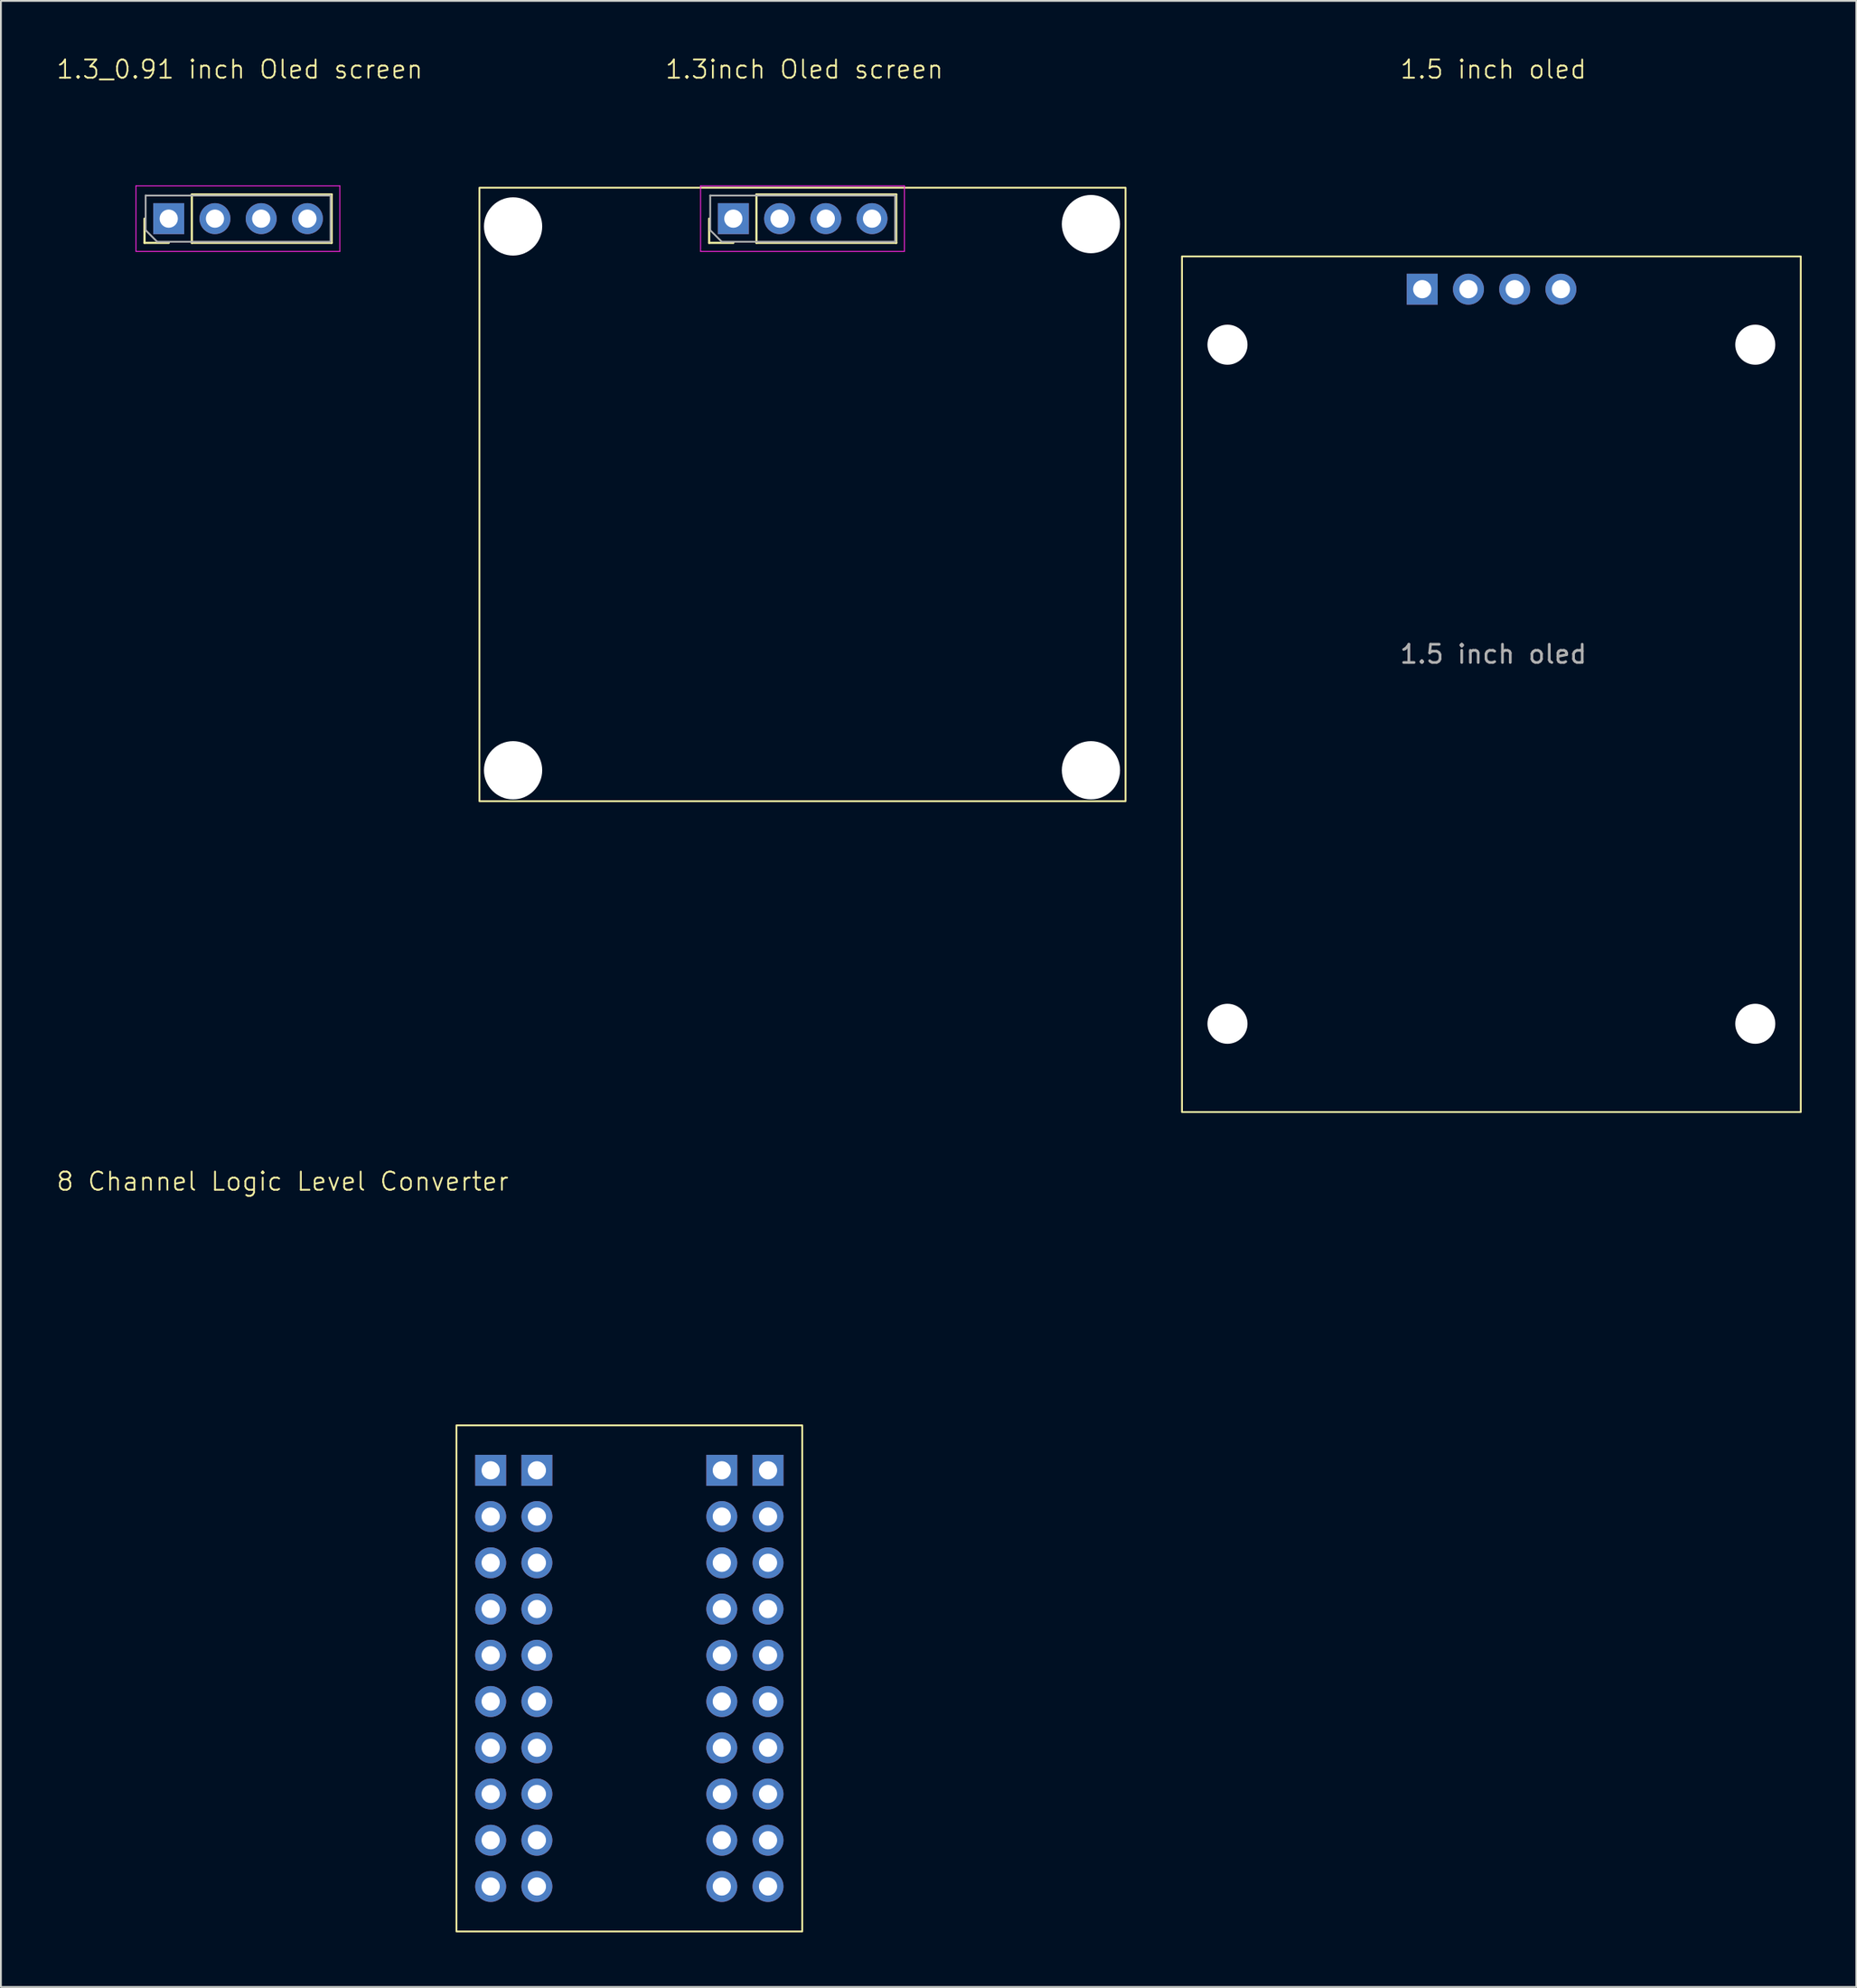
<source format=kicad_pcb>
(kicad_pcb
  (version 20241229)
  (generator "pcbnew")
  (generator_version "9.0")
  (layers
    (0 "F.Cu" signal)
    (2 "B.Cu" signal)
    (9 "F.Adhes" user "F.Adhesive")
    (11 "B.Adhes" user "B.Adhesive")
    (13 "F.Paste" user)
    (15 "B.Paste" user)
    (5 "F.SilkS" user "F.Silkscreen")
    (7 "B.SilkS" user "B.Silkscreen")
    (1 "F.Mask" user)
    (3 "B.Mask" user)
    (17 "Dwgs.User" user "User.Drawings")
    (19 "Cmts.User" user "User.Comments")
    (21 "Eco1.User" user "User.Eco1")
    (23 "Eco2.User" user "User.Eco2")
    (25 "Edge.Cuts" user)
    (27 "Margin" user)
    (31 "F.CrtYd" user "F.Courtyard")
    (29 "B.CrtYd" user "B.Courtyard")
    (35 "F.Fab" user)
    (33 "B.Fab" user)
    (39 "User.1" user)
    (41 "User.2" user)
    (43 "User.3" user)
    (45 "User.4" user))
  (footprint "8 Channel Logic Level Converter"
    (layer "F.Cu")
    (at 12.479 62.345)
    (property "Reference" "8 Channel Logic Level Converter" (at 0 -0.5 0) (unlocked yes) (layer "F.SilkS") (effects (font (size 1 1) (thickness 0.1))))
    (attr through_hole)
    (fp_rect (start 9.55 12.897) (end 28.55 40.697) (stroke (width 0.1) (type default)) (fill no) (layer "F.SilkS"))
    (pad "1" thru_hole rect (at 11.43 15.367) (size 1.7 1.7) (drill 1) (layers "*.Cu" "*.Mask"))
    (pad "1" thru_hole rect (at 13.97 15.367) (size 1.7 1.7) (drill 1) (layers "*.Cu" "*.Mask"))
    (pad "2" thru_hole oval (at 11.43 17.907) (size 1.7 1.7) (drill 1) (layers "*.Cu" "*.Mask"))
    (pad "2" thru_hole oval (at 13.97 17.907) (size 1.7 1.7) (drill 1) (layers "*.Cu" "*.Mask"))
    (pad "3" thru_hole oval (at 11.43 20.447) (size 1.7 1.7) (drill 1) (layers "*.Cu" "*.Mask"))
    (pad "3" thru_hole oval (at 13.97 20.447) (size 1.7 1.7) (drill 1) (layers "*.Cu" "*.Mask"))
    (pad "4" thru_hole oval (at 11.43 22.987) (size 1.7 1.7) (drill 1) (layers "*.Cu" "*.Mask"))
    (pad "4" thru_hole oval (at 13.97 22.987) (size 1.7 1.7) (drill 1) (layers "*.Cu" "*.Mask"))
    (pad "5" thru_hole oval (at 11.43 25.527) (size 1.7 1.7) (drill 1) (layers "*.Cu" "*.Mask"))
    (pad "5" thru_hole oval (at 13.97 25.527) (size 1.7 1.7) (drill 1) (layers "*.Cu" "*.Mask"))
    (pad "6" thru_hole oval (at 11.43 28.067) (size 1.7 1.7) (drill 1) (layers "*.Cu" "*.Mask"))
    (pad "6" thru_hole oval (at 13.97 28.067) (size 1.7 1.7) (drill 1) (layers "*.Cu" "*.Mask"))
    (pad "7" thru_hole oval (at 11.43 30.607) (size 1.7 1.7) (drill 1) (layers "*.Cu" "*.Mask"))
    (pad "7" thru_hole oval (at 13.97 30.607) (size 1.7 1.7) (drill 1) (layers "*.Cu" "*.Mask"))
    (pad "8" thru_hole oval (at 11.43 33.147) (size 1.7 1.7) (drill 1) (layers "*.Cu" "*.Mask"))
    (pad "8" thru_hole oval (at 13.97 33.147) (size 1.7 1.7) (drill 1) (layers "*.Cu" "*.Mask"))
    (pad "9" thru_hole oval (at 11.43 35.687) (size 1.7 1.7) (drill 1) (layers "*.Cu" "*.Mask"))
    (pad "9" thru_hole oval (at 13.97 35.687) (size 1.7 1.7) (drill 1) (layers "*.Cu" "*.Mask"))
    (pad "10" thru_hole oval (at 11.43 38.227) (size 1.7 1.7) (drill 1) (layers "*.Cu" "*.Mask"))
    (pad "10" thru_hole oval (at 13.97 38.227) (size 1.7 1.7) (drill 1) (layers "*.Cu" "*.Mask"))
    (pad "11" thru_hole rect (at 24.13 15.367) (size 1.7 1.7) (drill 1) (layers "*.Cu" "*.Mask"))
    (pad "11" thru_hole rect (at 26.67 15.367) (size 1.7 1.7) (drill 1) (layers "*.Cu" "*.Mask"))
    (pad "12" thru_hole oval (at 24.13 17.907) (size 1.7 1.7) (drill 1) (layers "*.Cu" "*.Mask"))
    (pad "12" thru_hole oval (at 26.67 17.907) (size 1.7 1.7) (drill 1) (layers "*.Cu" "*.Mask"))
    (pad "13" thru_hole oval (at 24.13 20.447) (size 1.7 1.7) (drill 1) (layers "*.Cu" "*.Mask"))
    (pad "13" thru_hole oval (at 26.67 20.447) (size 1.7 1.7) (drill 1) (layers "*.Cu" "*.Mask"))
    (pad "14" thru_hole oval (at 24.13 22.987) (size 1.7 1.7) (drill 1) (layers "*.Cu" "*.Mask"))
    (pad "14" thru_hole oval (at 26.67 22.987) (size 1.7 1.7) (drill 1) (layers "*.Cu" "*.Mask"))
    (pad "15" thru_hole oval (at 24.13 25.527) (size 1.7 1.7) (drill 1) (layers "*.Cu" "*.Mask"))
    (pad "15" thru_hole oval (at 26.67 25.527) (size 1.7 1.7) (drill 1) (layers "*.Cu" "*.Mask"))
    (pad "16" thru_hole oval (at 24.13 28.067) (size 1.7 1.7) (drill 1) (layers "*.Cu" "*.Mask"))
    (pad "16" thru_hole oval (at 26.67 28.067) (size 1.7 1.7) (drill 1) (layers "*.Cu" "*.Mask"))
    (pad "17" thru_hole oval (at 24.13 30.607) (size 1.7 1.7) (drill 1) (layers "*.Cu" "*.Mask"))
    (pad "17" thru_hole oval (at 26.67 30.607) (size 1.7 1.7) (drill 1) (layers "*.Cu" "*.Mask"))
    (pad "18" thru_hole oval (at 24.13 33.147) (size 1.7 1.7) (drill 1) (layers "*.Cu" "*.Mask"))
    (pad "18" thru_hole oval (at 26.67 33.147) (size 1.7 1.7) (drill 1) (layers "*.Cu" "*.Mask"))
    (pad "19" thru_hole oval (at 24.13 35.687) (size 1.7 1.7) (drill 1) (layers "*.Cu" "*.Mask"))
    (pad "19" thru_hole oval (at 26.67 35.687) (size 1.7 1.7) (drill 1) (layers "*.Cu" "*.Mask"))
    (pad "20" thru_hole oval (at 24.13 38.227) (size 1.7 1.7) (drill 1) (layers "*.Cu" "*.Mask"))
    (pad "20" thru_hole oval (at 26.67 38.227) (size 1.7 1.7) (drill 1) (layers "*.Cu" "*.Mask")))
  (footprint "1.5 inch oled"
    (layer "F.Cu")
    (at 79.002 1.26)
    (property "Reference" "1.5 inch oled" (at 0 -0.5 0) (unlocked yes) (layer "F.SilkS") (effects (font (size 1 1) (thickness 0.1))))
    (attr through_hole)
    (fp_rect (start -17.109 9.774) (end 16.891 56.774) (stroke (width 0.1) (type default)) (fill no) (layer "F.SilkS"))
    (fp_text user "${REFERENCE}" (at 0 31.623 0) (unlocked yes) (layer "F.Fab") (effects (font (size 1 1) (thickness 0.15))))
    (pad "" np_thru_hole circle (at -14.609 14.624) (size 2.2 2.2) (drill 2.2) (layers "*.Cu" "*.Mask"))
    (pad "" np_thru_hole circle (at -14.609 51.924) (size 2.2 2.2) (drill 2.2) (layers "*.Cu" "*.Mask"))
    (pad "" np_thru_hole circle (at 14.391 14.624) (size 2.2 2.2) (drill 2.2) (layers "*.Cu" "*.Mask"))
    (pad "" np_thru_hole circle (at 14.391 51.924) (size 2.2 2.2) (drill 2.2) (layers "*.Cu" "*.Mask"))
    (pad "1" thru_hole rect (at -3.909 11.574 90) (size 1.7 1.7) (drill 1) (layers "*.Cu" "*.Mask"))
    (pad "2" thru_hole oval (at -1.369 11.574 90) (size 1.7 1.7) (drill 1) (layers "*.Cu" "*.Mask"))
    (pad "3" thru_hole oval (at 1.171 11.574 90) (size 1.7 1.7) (drill 1) (layers "*.Cu" "*.Mask"))
    (pad "4" thru_hole oval (at 3.711 11.574 90) (size 1.7 1.7) (drill 1) (layers "*.Cu" "*.Mask")))
  (footprint "1.3_0.91 inch Oled screen"
    (layer "F.Cu")
    (at 10.121 1.26)
    (property "Reference" "1.3_0.91 inch Oled screen" (at 0 -0.5 0) (unlocked yes) (layer "F.SilkS") (effects (font (size 1 1) (thickness 0.1))))
    (attr through_hole)
    (fp_line (start -5.23 9.03) (end -5.23 7.7) (stroke (width 0.12) (type solid)) (layer "F.SilkS"))
    (fp_line (start -3.9 9.03) (end -5.23 9.03) (stroke (width 0.12) (type solid)) (layer "F.SilkS"))
    (fp_line (start -2.63 6.37) (end 5.05 6.37) (stroke (width 0.12) (type solid)) (layer "F.SilkS"))
    (fp_line (start -2.63 9.03) (end -2.63 6.37) (stroke (width 0.12) (type solid)) (layer "F.SilkS"))
    (fp_line (start -2.63 9.03) (end 5.05 9.03) (stroke (width 0.12) (type solid)) (layer "F.SilkS"))
    (fp_line (start 5.05 9.03) (end 5.05 6.37) (stroke (width 0.12) (type solid)) (layer "F.SilkS"))
    (fp_line (start -5.7 5.9) (end -5.7 9.5) (stroke (width 0.05) (type solid)) (layer "F.CrtYd"))
    (fp_line (start -5.7 9.5) (end 5.5 9.5) (stroke (width 0.05) (type solid)) (layer "F.CrtYd"))
    (fp_line (start 5.5 5.9) (end -5.7 5.9) (stroke (width 0.05) (type solid)) (layer "F.CrtYd"))
    (fp_line (start 5.5 9.5) (end 5.5 5.9) (stroke (width 0.05) (type solid)) (layer "F.CrtYd"))
    (fp_line (start -5.17 6.43) (end 4.99 6.43) (stroke (width 0.1) (type solid)) (layer "F.Fab"))
    (fp_line (start -5.17 8.335) (end -5.17 6.43) (stroke (width 0.1) (type solid)) (layer "F.Fab"))
    (fp_line (start -4.535 8.97) (end -5.17 8.335) (stroke (width 0.1) (type solid)) (layer "F.Fab"))
    (fp_line (start 4.99 6.43) (end 4.99 8.97) (stroke (width 0.1) (type solid)) (layer "F.Fab"))
    (fp_line (start 4.99 8.97) (end -4.535 8.97) (stroke (width 0.1) (type solid)) (layer "F.Fab"))
    (pad "1" thru_hole rect (at -3.9 7.7 90) (size 1.7 1.7) (drill 1) (layers "*.Cu" "*.Mask"))
    (pad "2" thru_hole oval (at -1.36 7.7 90) (size 1.7 1.7) (drill 1) (layers "*.Cu" "*.Mask"))
    (pad "3" thru_hole oval (at 1.18 7.7 90) (size 1.7 1.7) (drill 1) (layers "*.Cu" "*.Mask"))
    (pad "4" thru_hole oval (at 3.72 7.7 90) (size 1.7 1.7) (drill 1) (layers "*.Cu" "*.Mask")))
  (footprint "1.3inch Oled screen"
    (layer "F.Cu")
    (at 41.143 1.26)
    (property "Reference" "1.3inch Oled screen" (at 0 -0.5 0) (unlocked yes) (layer "F.SilkS") (effects (font (size 1 1) (thickness 0.1))))
    (attr through_hole)
    (fp_line (start -5.23 9.03) (end -5.23 7.7) (stroke (width 0.12) (type solid)) (layer "F.SilkS"))
    (fp_line (start -3.9 9.03) (end -5.23 9.03) (stroke (width 0.12) (type solid)) (layer "F.SilkS"))
    (fp_line (start -2.63 6.37) (end 5.05 6.37) (stroke (width 0.12) (type solid)) (layer "F.SilkS"))
    (fp_line (start -2.63 9.03) (end -2.63 6.37) (stroke (width 0.12) (type solid)) (layer "F.SilkS"))
    (fp_line (start -2.63 9.03) (end 5.05 9.03) (stroke (width 0.12) (type solid)) (layer "F.SilkS"))
    (fp_line (start 5.05 9.03) (end 5.05 6.37) (stroke (width 0.12) (type solid)) (layer "F.SilkS"))
    (fp_rect (start -17.85 6) (end 17.65 39.7) (stroke (width 0.1) (type default)) (fill no) (layer "F.SilkS"))
    (fp_line (start -5.7 5.9) (end -5.7 9.5) (stroke (width 0.05) (type solid)) (layer "F.CrtYd"))
    (fp_line (start -5.7 9.5) (end 5.5 9.5) (stroke (width 0.05) (type solid)) (layer "F.CrtYd"))
    (fp_line (start 5.5 5.9) (end -5.7 5.9) (stroke (width 0.05) (type solid)) (layer "F.CrtYd"))
    (fp_line (start 5.5 9.5) (end 5.5 5.9) (stroke (width 0.05) (type solid)) (layer "F.CrtYd"))
    (fp_line (start -5.17 6.43) (end 4.99 6.43) (stroke (width 0.1) (type solid)) (layer "F.Fab"))
    (fp_line (start -5.17 8.335) (end -5.17 6.43) (stroke (width 0.1) (type solid)) (layer "F.Fab"))
    (fp_line (start -4.535 8.97) (end -5.17 8.335) (stroke (width 0.1) (type solid)) (layer "F.Fab"))
    (fp_line (start 4.99 6.43) (end 4.99 8.97) (stroke (width 0.1) (type solid)) (layer "F.Fab"))
    (fp_line (start 4.99 8.97) (end -4.535 8.97) (stroke (width 0.1) (type solid)) (layer "F.Fab"))
    (pad "" np_thru_hole circle (at -16.002 8.128) (size 3.2 3.2) (drill 3.2) (layers "*.Cu" "*.Mask"))
    (pad "" np_thru_hole circle (at -16.002 38) (size 3.2 3.2) (drill 3.2) (layers "*.Cu" "*.Mask"))
    (pad "" np_thru_hole circle (at 15.748 8) (size 3.2 3.2) (drill 3.2) (layers "*.Cu" "*.Mask"))
    (pad "" np_thru_hole circle (at 15.748 38) (size 3.2 3.2) (drill 3.2) (layers "*.Cu" "*.Mask"))
    (pad "1" thru_hole rect (at -3.9 7.7 90) (size 1.7 1.7) (drill 1) (layers "*.Cu" "*.Mask"))
    (pad "2" thru_hole oval (at -1.36 7.7 90) (size 1.7 1.7) (drill 1) (layers "*.Cu" "*.Mask"))
    (pad "3" thru_hole oval (at 1.18 7.7 90) (size 1.7 1.7) (drill 1) (layers "*.Cu" "*.Mask"))
    (pad "4" thru_hole oval (at 3.72 7.7 90) (size 1.7 1.7) (drill 1) (layers "*.Cu" "*.Mask")))
  (gr_rect
    (start -3 -3)
    (end 98.943 106.092)
    (stroke (width 0.1) (type default))
    (fill no)
    (layer "Edge.Cuts")))
</source>
